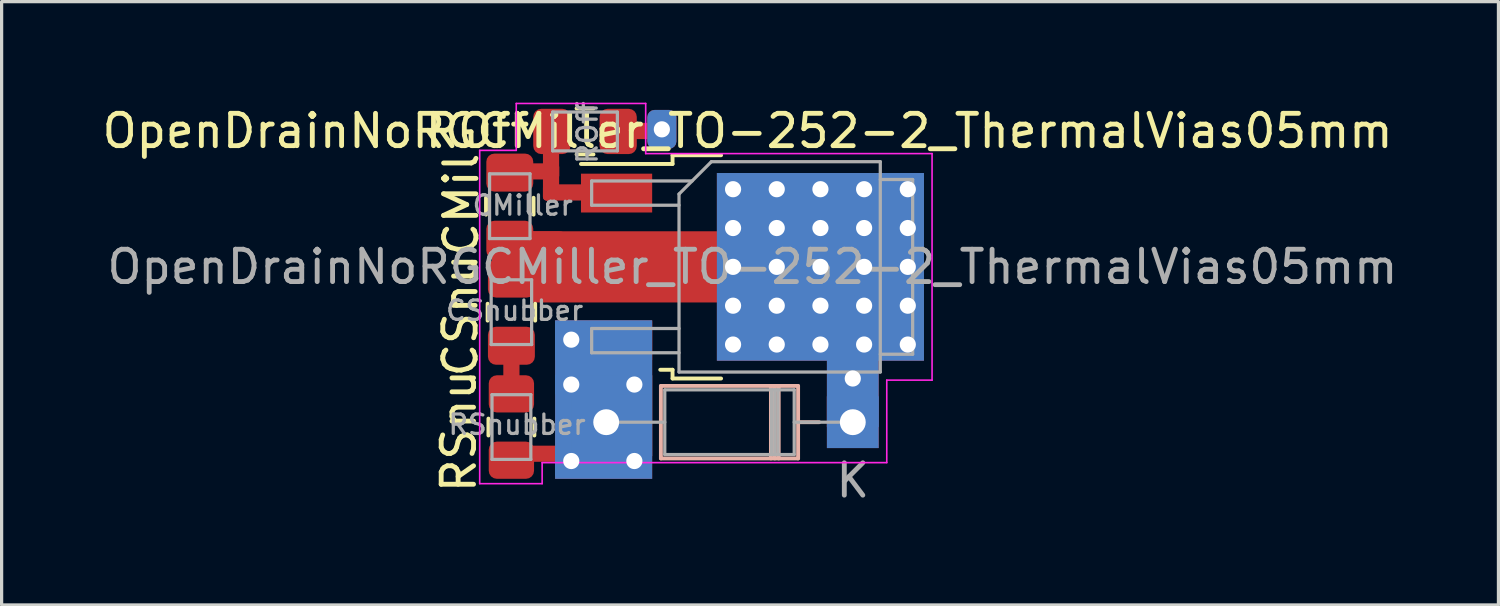
<source format=kicad_pcb>
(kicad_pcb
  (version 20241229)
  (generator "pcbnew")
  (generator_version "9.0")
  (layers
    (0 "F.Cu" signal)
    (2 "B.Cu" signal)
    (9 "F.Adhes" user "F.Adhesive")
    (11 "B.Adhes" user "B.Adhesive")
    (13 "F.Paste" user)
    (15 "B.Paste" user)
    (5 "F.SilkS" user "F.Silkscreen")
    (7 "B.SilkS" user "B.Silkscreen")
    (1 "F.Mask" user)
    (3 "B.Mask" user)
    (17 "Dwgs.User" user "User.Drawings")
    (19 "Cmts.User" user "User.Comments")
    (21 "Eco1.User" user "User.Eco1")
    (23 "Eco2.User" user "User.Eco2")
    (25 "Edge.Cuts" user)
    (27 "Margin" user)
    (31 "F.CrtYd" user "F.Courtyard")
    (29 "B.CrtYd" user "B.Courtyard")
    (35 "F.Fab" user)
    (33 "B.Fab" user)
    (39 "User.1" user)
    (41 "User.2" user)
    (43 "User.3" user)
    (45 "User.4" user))
  (footprint "OpenDrainNoRGCMiller_TO-252-2_ThermalVias05mm"
    (layer "F.Cu")
    (at 20.204 5.197)
    (property "Reference" "OpenDrainNoRGCMiller_TO-252-2_ThermalVias05mm" (at -0.15 -4.2 0) (layer "F.SilkS") (effects (font (size 1 1) (thickness 0.15))))
    (attr smd)
    (fp_line (start -8.235 -2.136) (end -8.235 -1.614) (stroke (width 0.12) (type solid)) (layer "F.SilkS"))
    (fp_line (start -8.185 1.661) (end -8.185 1.139) (stroke (width 0.12) (type solid)) (layer "F.SilkS"))
    (fp_line (start -8.16 4.689) (end -8.16 5.211) (stroke (width 0.12) (type solid)) (layer "F.SilkS"))
    (fp_line (start -6.765 -2.136) (end -6.765 -1.614) (stroke (width 0.12) (type solid)) (layer "F.SilkS"))
    (fp_line (start -6.74 4.689) (end -6.74 5.211) (stroke (width 0.12) (type solid)) (layer "F.SilkS"))
    (fp_line (start -6.715 1.661) (end -6.715 1.139) (stroke (width 0.12) (type solid)) (layer "F.SilkS"))
    (fp_line (start -5.436 -4.895) (end -4.914 -4.895) (stroke (width 0.12) (type solid)) (layer "F.SilkS"))
    (fp_line (start -5.436 -3.475) (end -4.914 -3.475) (stroke (width 0.12) (type solid)) (layer "F.SilkS"))
    (fp_line (start -2.47 -3.45) (end -2.47 -3.18) (stroke (width 0.12) (type solid)) (layer "F.SilkS"))
    (fp_line (start -2.47 -3.18) (end -5.3 -3.18) (stroke (width 0.12) (type solid)) (layer "F.SilkS"))
    (fp_line (start -2.47 3.18) (end -2.85 3.18) (stroke (width 0.12) (type solid)) (layer "F.SilkS"))
    (fp_line (start -2.47 3.45) (end -2.47 3.18) (stroke (width 0.12) (type solid)) (layer "F.SilkS"))
    (fp_line (start -0.97 -3.45) (end -2.47 -3.45) (stroke (width 0.12) (type solid)) (layer "F.SilkS"))
    (fp_line (start -0.97 3.45) (end -2.47 3.45) (stroke (width 0.12) (type solid)) (layer "F.SilkS"))
    (fp_line (start -2.83 3.68) (end -2.83 5.92) (stroke (width 0.12) (type solid)) (layer "B.SilkS"))
    (fp_line (start -2.83 5.92) (end 1.41 5.92) (stroke (width 0.12) (type solid)) (layer "B.SilkS"))
    (fp_line (start 0.57 5.92) (end 0.57 3.68) (stroke (width 0.12) (type solid)) (layer "B.SilkS"))
    (fp_line (start 0.69 5.92) (end 0.69 3.68) (stroke (width 0.12) (type solid)) (layer "B.SilkS"))
    (fp_line (start 0.81 5.92) (end 0.81 3.68) (stroke (width 0.12) (type solid)) (layer "B.SilkS"))
    (fp_line (start 1.41 3.68) (end -2.83 3.68) (stroke (width 0.12) (type solid)) (layer "B.SilkS"))
    (fp_line (start 1.41 5.92) (end 1.41 3.68) (stroke (width 0.12) (type solid)) (layer "B.SilkS"))
    (fp_line (start 2.06 4.8) (end 1.41 4.8) (stroke (width 0.12) (type solid)) (layer "B.SilkS"))
    (fp_line (start -8.43 6.7) (end -8.43 -3.6) (stroke (width 0.05) (type solid)) (layer "F.CrtYd"))
    (fp_line (start -7.3 -5.05) (end -3.3 -5.05) (stroke (width 0.05) (type solid)) (layer "F.CrtYd"))
    (fp_line (start -7.3 -3.6) (end -8.43 -3.6) (stroke (width 0.05) (type solid)) (layer "F.CrtYd"))
    (fp_line (start -7.3 -3.6) (end -7.3 -5.05) (stroke (width 0.05) (type solid)) (layer "F.CrtYd"))
    (fp_line (start -6.5 6.05) (end 4.15 6.05) (stroke (width 0.05) (type solid)) (layer "F.CrtYd"))
    (fp_line (start -6.5 6.7) (end -8.43 6.7) (stroke (width 0.05) (type solid)) (layer "F.CrtYd"))
    (fp_line (start -6.5 6.7) (end -6.5 6.05) (stroke (width 0.05) (type solid)) (layer "F.CrtYd"))
    (fp_line (start -3.3 -5.05) (end -3.3 -3.5) (stroke (width 0.05) (type solid)) (layer "F.CrtYd"))
    (fp_line (start 4.15 3.5) (end 5.55 3.5) (stroke (width 0.05) (type solid)) (layer "F.CrtYd"))
    (fp_line (start 4.15 6.05) (end 4.15 3.5) (stroke (width 0.05) (type solid)) (layer "F.CrtYd"))
    (fp_line (start 5.55 -3.5) (end -3.3 -3.5) (stroke (width 0.05) (type solid)) (layer "F.CrtYd"))
    (fp_line (start 5.55 3.5) (end 5.55 -3.5) (stroke (width 0.05) (type solid)) (layer "F.CrtYd"))
    (fp_line (start -8.125 -2.875) (end -6.875 -2.875) (stroke (width 0.1) (type solid)) (layer "F.Fab"))
    (fp_line (start -8.125 -0.875) (end -8.125 -2.875) (stroke (width 0.1) (type solid)) (layer "F.Fab"))
    (fp_line (start -8.075 0.4) (end -6.825 0.4) (stroke (width 0.1) (type solid)) (layer "F.Fab"))
    (fp_line (start -8.075 2.4) (end -8.075 0.4) (stroke (width 0.1) (type solid)) (layer "F.Fab"))
    (fp_line (start -8.05 3.95) (end -6.85 3.95) (stroke (width 0.1) (type solid)) (layer "F.Fab"))
    (fp_line (start -8.05 5.95) (end -8.05 3.95) (stroke (width 0.1) (type solid)) (layer "F.Fab"))
    (fp_line (start -6.875 -2.875) (end -6.875 -0.875) (stroke (width 0.1) (type solid)) (layer "F.Fab"))
    (fp_line (start -6.875 -0.875) (end -8.125 -0.875) (stroke (width 0.1) (type solid)) (layer "F.Fab"))
    (fp_line (start -6.85 3.95) (end -6.85 5.95) (stroke (width 0.1) (type solid)) (layer "F.Fab"))
    (fp_line (start -6.85 5.95) (end -8.05 5.95) (stroke (width 0.1) (type solid)) (layer "F.Fab"))
    (fp_line (start -6.825 0.4) (end -6.825 2.4) (stroke (width 0.1) (type solid)) (layer "F.Fab"))
    (fp_line (start -6.825 2.4) (end -8.075 2.4) (stroke (width 0.1) (type solid)) (layer "F.Fab"))
    (fp_line (start -6.175 -4.785) (end -4.175 -4.785) (stroke (width 0.1) (type solid)) (layer "F.Fab"))
    (fp_line (start -6.175 -3.585) (end -6.175 -4.785) (stroke (width 0.1) (type solid)) (layer "F.Fab"))
    (fp_line (start -4.97 -2.655) (end -4.97 -1.905) (stroke (width 0.1) (type solid)) (layer "F.Fab"))
    (fp_line (start -4.97 -1.905) (end -2.27 -1.905) (stroke (width 0.1) (type solid)) (layer "F.Fab"))
    (fp_line (start -4.97 1.905) (end -4.97 2.655) (stroke (width 0.1) (type solid)) (layer "F.Fab"))
    (fp_line (start -4.97 2.655) (end -2.27 2.655) (stroke (width 0.1) (type solid)) (layer "F.Fab"))
    (fp_line (start -4.52 4.8) (end -2.71 4.8) (stroke (width 0.1) (type solid)) (layer "F.Fab"))
    (fp_line (start -4.175 -4.785) (end -4.175 -3.585) (stroke (width 0.1) (type solid)) (layer "F.Fab"))
    (fp_line (start -4.175 -3.585) (end -6.175 -3.585) (stroke (width 0.1) (type solid)) (layer "F.Fab"))
    (fp_line (start -2.71 3.8) (end -2.71 5.8) (stroke (width 0.1) (type solid)) (layer "F.Fab"))
    (fp_line (start -2.71 5.8) (end 1.29 5.8) (stroke (width 0.1) (type solid)) (layer "F.Fab"))
    (fp_line (start -2.27 -2.25) (end -1.27 -3.25) (stroke (width 0.1) (type solid)) (layer "F.Fab"))
    (fp_line (start -2.27 1.905) (end -4.97 1.905) (stroke (width 0.1) (type solid)) (layer "F.Fab"))
    (fp_line (start -2.27 3.25) (end -2.27 -2.25) (stroke (width 0.1) (type solid)) (layer "F.Fab"))
    (fp_line (start -1.865 -2.655) (end -4.97 -2.655) (stroke (width 0.1) (type solid)) (layer "F.Fab"))
    (fp_line (start -1.27 -3.25) (end 3.95 -3.25) (stroke (width 0.1) (type solid)) (layer "F.Fab"))
    (fp_line (start 0.59 5.8) (end 0.59 3.8) (stroke (width 0.1) (type solid)) (layer "F.Fab"))
    (fp_line (start 0.69 5.8) (end 0.69 3.8) (stroke (width 0.1) (type solid)) (layer "F.Fab"))
    (fp_line (start 0.79 5.8) (end 0.79 3.8) (stroke (width 0.1) (type solid)) (layer "F.Fab"))
    (fp_line (start 1.29 3.8) (end -2.71 3.8) (stroke (width 0.1) (type solid)) (layer "F.Fab"))
    (fp_line (start 1.29 5.8) (end 1.29 3.8) (stroke (width 0.1) (type solid)) (layer "F.Fab"))
    (fp_line (start 3.1 4.8) (end 1.29 4.8) (stroke (width 0.1) (type solid)) (layer "F.Fab"))
    (fp_line (start 3.95 -3.25) (end 3.95 3.25) (stroke (width 0.1) (type solid)) (layer "F.Fab"))
    (fp_line (start 3.95 -2.7) (end 4.95 -2.7) (stroke (width 0.1) (type solid)) (layer "F.Fab"))
    (fp_line (start 3.95 3.25) (end -2.27 3.25) (stroke (width 0.1) (type solid)) (layer "F.Fab"))
    (fp_line (start 4.95 -2.7) (end 4.95 2.7) (stroke (width 0.1) (type solid)) (layer "F.Fab"))
    (fp_line (start 4.95 2.7) (end 3.95 2.7) (stroke (width 0.1) (type solid)) (layer "F.Fab"))
    (fp_text user "ROff" (at -8.5 -4.2 0) (layer "F.SilkS") (effects (font (size 1 1) (thickness 0.15))))
    (fp_text user "RSnu" (at -9.075 5.075 90) (layer "F.SilkS") (effects (font (size 1 1) (thickness 0.15))))
    (fp_text user "CMil" (at -9 -1.925 90) (layer "F.SilkS") (effects (font (size 1 1) (thickness 0.15))))
    (fp_text user "CSnu" (at -9.025 1.5 90) (layer "F.SilkS") (effects (font (size 1 1) (thickness 0.15))))
    (fp_text user "CSnubber" (at -7.35 1.35 180) (layer "F.Fab") (effects (font (size 0.6 0.6) (thickness 0.1))))
    (fp_text user "CMiller" (at -7.1 -1.9 180) (layer "F.Fab") (effects (font (size 0.6 0.6) (thickness 0.1))))
    (fp_text user "RSnubber" (at -7.275 4.875 0) (layer "F.Fab") (effects (font (size 0.6 0.6) (thickness 0.1))))
    (fp_text user "K" (at 3.1 6.6 180) (layer "F.Fab") (effects (font (size 1 1) (thickness 0.15))))
    (fp_text user "ROff" (at -5.1 -4.15 270) (layer "F.Fab") (effects (font (size 0.6 0.6) (thickness 0.1))))
    (fp_text user "${REFERENCE}" (at 0 0 0) (layer "F.Fab") (effects (font (size 1 1) (thickness 0.15))))
    (pad "" smd rect (at 0.425 -1.525) (size 3.05 2.75) (layers "F.Paste"))
    (pad "" smd rect (at 0.425 1.525) (size 3.05 2.75) (layers "F.Paste"))
    (pad "" smd rect (at 3.775 -1.525) (size 3.05 2.75) (layers "F.Paste"))
    (pad "" smd rect (at 3.775 1.525) (size 3.05 2.75) (layers "F.Paste"))
    (pad "1" smd roundrect (at -7.5 -2.913 270) (size 1.175 1.45) (layers "F.Cu" "F.Mask" "F.Paste") (roundrect_rratio 0.213))
    (pad "1" smd roundrect (at -6.975 -2.95 180) (size 2 0.5) (layers "F.Cu") (roundrect_rratio 0.217))
    (pad "1" smd roundrect (at -6.225 -3.3 90) (size 2.5 0.5) (layers "F.Cu") (roundrect_rratio 0.217))
    (pad "1" smd roundrect (at -6.225 -2.95 270) (size 0.5 0.5) (layers "F.Cu") (roundrect_rratio 0.217))
    (pad "1" smd roundrect (at -6.225 -2.3 270) (size 0.5 0.5) (layers "F.Cu") (roundrect_rratio 0.217))
    (pad "1" smd roundrect (at -6.2 -4.185) (size 1.15 1.4) (layers "F.Cu" "F.Mask" "F.Paste") (roundrect_rratio 0.217))
    (pad "1" smd roundrect (at -5.2 -2.3) (size 2.5 0.5) (layers "F.Cu") (roundrect_rratio 0.217))
    (pad "1" smd rect (at -4.2 -2.28) (size 2.2 1.2) (layers "F.Cu" "F.Mask" "F.Paste"))
    (pad "2" smd roundrect (at -7.5 -0.838 270) (size 1.175 1.45) (layers "F.Cu" "F.Mask" "F.Paste") (roundrect_rratio 0.213))
    (pad "2" smd roundrect (at -7.475 -0.275) (size 1.15 1.4) (layers "F.Cu" "F.Mask" "F.Paste") (roundrect_rratio 0.217))
    (pad "2" smd roundrect (at -7.45 0.362 90) (size 1.175 1.45) (layers "F.Cu" "F.Mask" "F.Paste") (roundrect_rratio 0.213))
    (pad "2" smd roundrect (at -6.8 -0.1) (size 2.5 2) (layers "F.Cu") (roundrect_rratio 0.217))
    (pad "2" smd rect (at -2.8 0) (size 8 2.2) (layers "F.Cu"))
    (pad "2" thru_hole rect (at -0.6 -2.4) (size 0.6 0.6) (drill 0.5) (layers "*.Cu" "*.Mask"))
    (pad "2" thru_hole rect (at -0.6 -1.2) (size 0.6 0.6) (drill 0.5) (layers "*.Cu" "*.Mask"))
    (pad "2" thru_hole rect (at -0.6 0) (size 0.6 0.6) (drill 0.5) (layers "*.Cu" "*.Mask"))
    (pad "2" thru_hole rect (at -0.6 1.2) (size 0.6 0.6) (drill 0.5) (layers "*.Cu" "*.Mask"))
    (pad "2" thru_hole rect (at -0.6 2.4) (size 0.6 0.6) (drill 0.5) (layers "*.Cu" "*.Mask"))
    (pad "2" thru_hole rect (at 0.75 -2.4) (size 0.6 0.6) (drill 0.5) (layers "*.Cu" "*.Mask"))
    (pad "2" thru_hole rect (at 0.75 -1.2) (size 0.6 0.6) (drill 0.5) (layers "*.Cu" "*.Mask"))
    (pad "2" thru_hole rect (at 0.75 0) (size 0.6 0.6) (drill 0.5) (layers "*.Cu" "*.Mask"))
    (pad "2" thru_hole rect (at 0.75 1.2) (size 0.6 0.6) (drill 0.5) (layers "*.Cu" "*.Mask"))
    (pad "2" thru_hole rect (at 0.75 2.4) (size 0.6 0.6) (drill 0.5) (layers "*.Cu" "*.Mask"))
    (pad "2" thru_hole rect (at 2.1 -2.4) (size 0.6 0.6) (drill 0.5) (layers "*.Cu" "*.Mask"))
    (pad "2" thru_hole rect (at 2.1 -1.2) (size 0.6 0.6) (drill 0.5) (layers "*.Cu" "*.Mask"))
    (pad "2" thru_hole rect (at 2.1 0) (size 0.6 0.6) (drill 0.5) (layers "*.Cu" "*.Mask"))
    (pad "2" smd rect (at 2.1 0) (size 6.4 5.8) (layers "F.Cu" "F.Mask"))
    (pad "2" smd rect (at 2.1 0) (size 6.4 5.8) (layers "B.Cu" "B.Mask"))
    (pad "2" thru_hole rect (at 2.1 1.2) (size 0.6 0.6) (drill 0.5) (layers "*.Cu" "*.Mask"))
    (pad "2" thru_hole rect (at 2.1 2.4) (size 0.6 0.6) (drill 0.5) (layers "*.Cu" "*.Mask"))
    (pad "2" thru_hole rect (at 3.1 3.45 90) (size 3 1.6) (drill 0.5) (layers "*.Cu" "*.Mask" "F.Paste"))
    (pad "2" thru_hole rect (at 3.1 4.8 180) (size 1.6 1.6) (drill 0.8) (layers "*.Cu" "*.Mask"))
    (pad "2" thru_hole rect (at 3.45 -2.4) (size 0.6 0.6) (drill 0.5) (layers "*.Cu" "*.Mask"))
    (pad "2" thru_hole rect (at 3.45 -1.2) (size 0.6 0.6) (drill 0.5) (layers "*.Cu" "*.Mask"))
    (pad "2" thru_hole rect (at 3.45 0) (size 0.6 0.6) (drill 0.5) (layers "*.Cu" "*.Mask"))
    (pad "2" thru_hole rect (at 3.45 1.2) (size 0.6 0.6) (drill 0.5) (layers "*.Cu" "*.Mask"))
    (pad "2" thru_hole rect (at 3.45 2.4) (size 0.6 0.6) (drill 0.5) (layers "*.Cu" "*.Mask"))
    (pad "2" thru_hole rect (at 4.8 -2.4) (size 0.6 0.6) (drill 0.5) (layers "*.Cu" "*.Mask"))
    (pad "2" thru_hole rect (at 4.8 -1.2) (size 0.6 0.6) (drill 0.5) (layers "*.Cu" "*.Mask"))
    (pad "2" thru_hole rect (at 4.8 0) (size 0.6 0.6) (drill 0.5) (layers "*.Cu" "*.Mask"))
    (pad "2" thru_hole rect (at 4.8 1.2) (size 0.6 0.6) (drill 0.5) (layers "*.Cu" "*.Mask"))
    (pad "2" thru_hole rect (at 4.8 2.4) (size 0.6 0.6) (drill 0.5) (layers "*.Cu" "*.Mask"))
    (pad "3" smd roundrect (at -7.45 5.975 270) (size 1.15 1.4) (layers "F.Cu" "F.Mask" "F.Paste") (roundrect_rratio 0.217))
    (pad "3" smd roundrect (at -6.45 5.775 270) (size 0.5 2.5) (layers "F.Cu") (roundrect_rratio 0.217))
    (pad "3" thru_hole rect (at -5.6 2.25 90) (size 1.2 0.9) (drill 0.5 (offset -0.03 -0.05)) (layers "*.Cu" "*.Mask" "F.Paste"))
    (pad "3" thru_hole rect (at -5.6 3.637) (size 1 0.6) (drill 0.5) (layers "*.Cu" "*.Mask"))
    (pad "3" thru_hole rect (at -5.6 6 90) (size 0.9 0.9) (drill 0.5 (offset 0 -0.05)) (layers "*.Cu" "*.Mask" "F.Paste"))
    (pad "3" smd rect (at -4.6 4.1) (size 3 4.9) (layers "F.Cu" "F.Mask" "F.Paste"))
    (pad "3" smd rect (at -4.6 4.1) (size 3 4.9) (layers "B.Cu" "B.Mask"))
    (pad "3" thru_hole rect (at -4.52 4.8 180) (size 2.5 2.5) (drill 0.8 (offset -0.17 0.2)) (layers "*.Cu" "*.Mask" "F.Paste"))
    (pad "3" smd rect (at -4.2 2.28) (size 2.2 1.2) (layers "F.Cu" "F.Mask" "F.Paste"))
    (pad "3" smd roundrect (at -4.15 -4.185) (size 1.15 1.4) (layers "F.Cu" "F.Mask" "F.Paste") (roundrect_rratio 0.217))
    (pad "3" thru_hole rect (at -3.65 3.637) (size 1 0.6) (drill 0.5) (layers "*.Cu" "*.Mask"))
    (pad "3" thru_hole rect (at -3.65 6 90) (size 0.9 0.9) (drill 0.5) (layers "*.Cu" "*.Mask" "F.Paste"))
    (pad "3" smd roundrect (at -3.4 -4.2 180) (size 2 0.5) (layers "F.Cu") (roundrect_rratio 0.217))
    (pad "3" thru_hole roundrect (at -2.8 -4.25 270) (size 1.2 0.9) (drill 0.5) (layers "*.Cu" "*.Mask") (roundrect_rratio 0.25))
    (pad "4" smd roundrect (at -7.45 2.438 90) (size 1.175 1.45) (layers "F.Cu" "F.Mask" "F.Paste") (roundrect_rratio 0.213))
    (pad "4" smd roundrect (at -7.45 3.125 270) (size 2 0.5) (layers "F.Cu") (roundrect_rratio 0.217))
    (pad "4" smd roundrect (at -7.45 3.925 270) (size 1.15 1.4) (layers "F.Cu" "F.Mask" "F.Paste") (roundrect_rratio 0.217)))
  (gr_rect
    (start -3 -3)
    (end 43.257 15.645)
    (stroke (width 0.1) (type default))
    (fill no)
    (layer "Edge.Cuts")))
</source>
